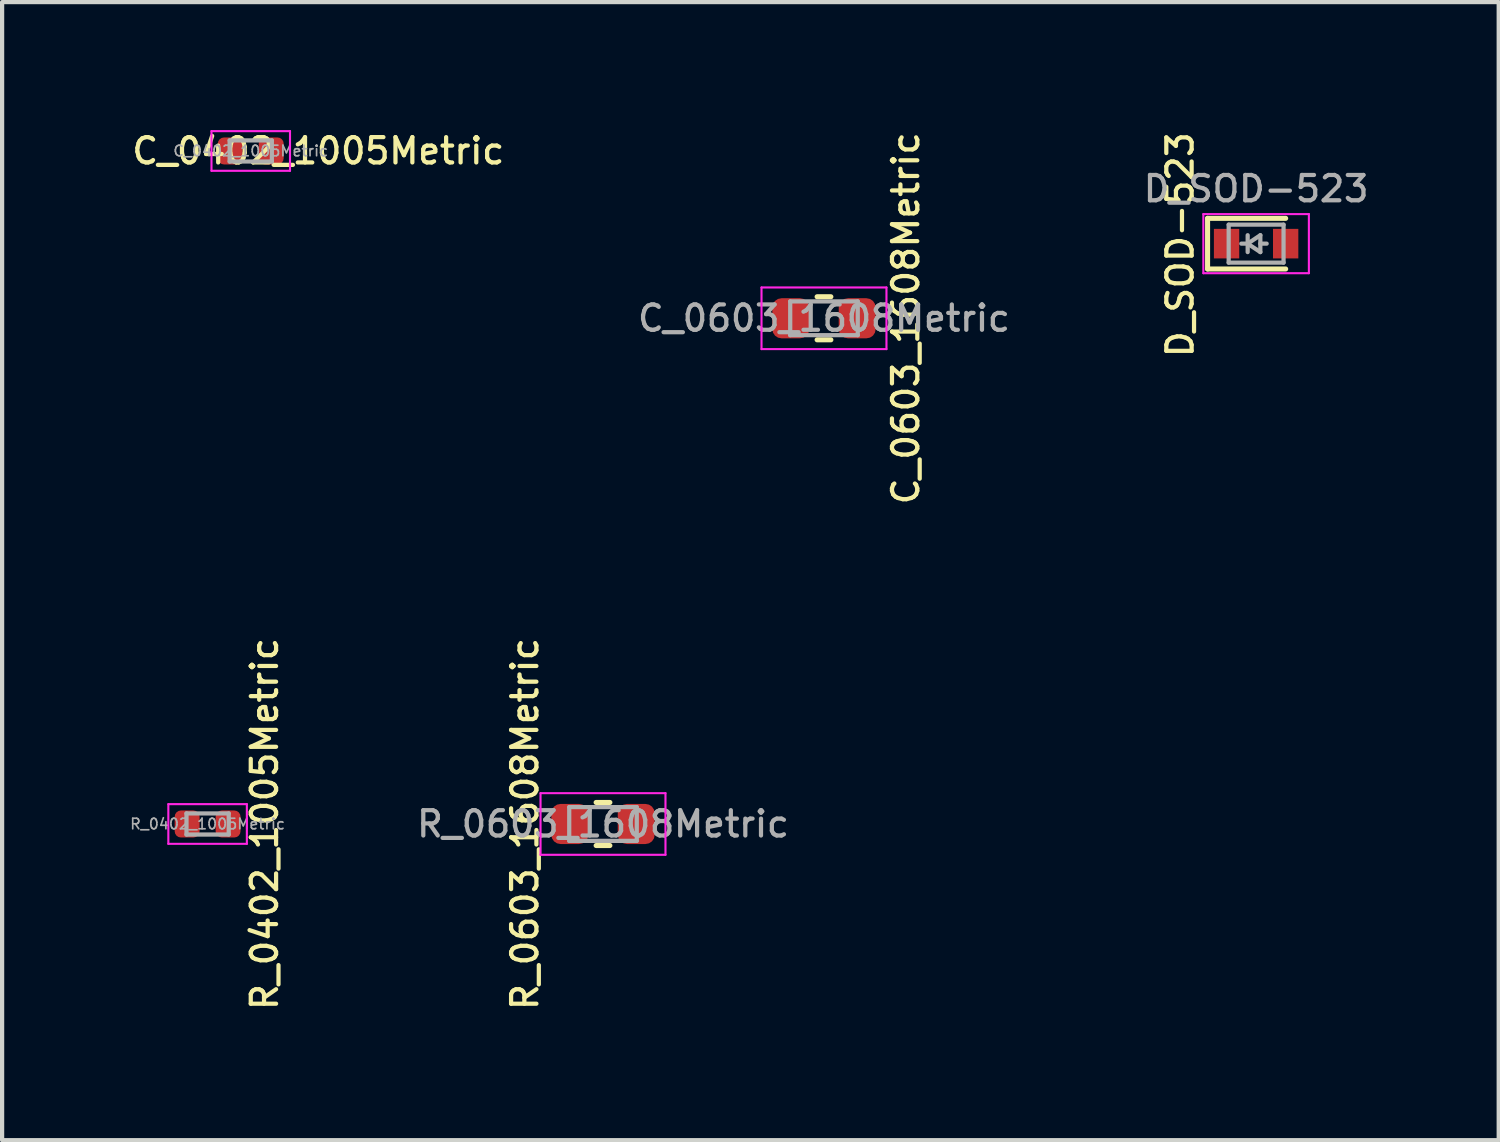
<source format=kicad_pcb>
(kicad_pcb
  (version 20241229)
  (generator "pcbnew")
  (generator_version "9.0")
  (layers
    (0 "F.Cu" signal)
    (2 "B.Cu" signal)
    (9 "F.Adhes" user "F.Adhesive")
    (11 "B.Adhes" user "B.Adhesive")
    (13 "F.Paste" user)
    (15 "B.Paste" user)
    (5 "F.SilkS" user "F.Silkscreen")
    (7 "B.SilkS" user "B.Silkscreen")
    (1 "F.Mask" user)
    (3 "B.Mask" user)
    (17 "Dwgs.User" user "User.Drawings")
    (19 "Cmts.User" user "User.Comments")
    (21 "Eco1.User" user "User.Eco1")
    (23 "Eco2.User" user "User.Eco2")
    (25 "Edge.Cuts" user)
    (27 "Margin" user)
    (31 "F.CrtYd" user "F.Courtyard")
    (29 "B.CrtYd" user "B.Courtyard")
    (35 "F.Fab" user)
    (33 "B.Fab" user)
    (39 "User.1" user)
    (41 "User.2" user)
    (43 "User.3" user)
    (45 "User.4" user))
  (footprint "C_0402_1005Metric"
    (layer "F.Cu")
    (at 2.89 0.526)
    (property "Reference" "C_0402_1005Metric" (at 1.6 0 180) (layer "F.SilkS") (effects (font (size 0.6 0.6) (thickness 0.1))))
    (attr smd)
    (fp_line (start -0.93 -0.47) (end 0.93 -0.47) (stroke (width 0.05) (type solid)) (layer "F.CrtYd"))
    (fp_line (start -0.93 0.47) (end -0.93 -0.47) (stroke (width 0.05) (type solid)) (layer "F.CrtYd"))
    (fp_line (start 0.93 -0.47) (end 0.93 0.47) (stroke (width 0.05) (type solid)) (layer "F.CrtYd"))
    (fp_line (start 0.93 0.47) (end -0.93 0.47) (stroke (width 0.05) (type solid)) (layer "F.CrtYd"))
    (fp_line (start -0.5 -0.25) (end 0.5 -0.25) (stroke (width 0.1) (type solid)) (layer "F.Fab"))
    (fp_line (start -0.5 0.25) (end -0.5 -0.25) (stroke (width 0.1) (type solid)) (layer "F.Fab"))
    (fp_line (start 0.5 -0.25) (end 0.5 0.25) (stroke (width 0.1) (type solid)) (layer "F.Fab"))
    (fp_line (start 0.5 0.25) (end -0.5 0.25) (stroke (width 0.1) (type solid)) (layer "F.Fab"))
    (fp_text user "${REFERENCE}" (at 0 0 0) (layer "F.Fab") (effects (font (size 0.25 0.25) (thickness 0.04))))
    (pad "1" smd roundrect (at -0.485 0) (size 0.59 0.64) (layers "F.Cu" "F.Mask" "F.Paste") (roundrect_rratio 0.25))
    (pad "2" smd roundrect (at 0.485 0) (size 0.59 0.64) (layers "F.Cu" "F.Mask" "F.Paste") (roundrect_rratio 0.25)))
  (footprint "R_0402_1005Metric"
    (layer "F.Cu")
    (at 1.868 16.47)
    (property "Reference" "R_0402_1005Metric" (at 1.35 0 270) (layer "F.SilkS") (effects (font (size 0.6 0.6) (thickness 0.1))))
    (attr smd)
    (fp_line (start -0.93 -0.47) (end 0.93 -0.47) (stroke (width 0.05) (type solid)) (layer "F.CrtYd"))
    (fp_line (start -0.93 0.47) (end -0.93 -0.47) (stroke (width 0.05) (type solid)) (layer "F.CrtYd"))
    (fp_line (start 0.93 -0.47) (end 0.93 0.47) (stroke (width 0.05) (type solid)) (layer "F.CrtYd"))
    (fp_line (start 0.93 0.47) (end -0.93 0.47) (stroke (width 0.05) (type solid)) (layer "F.CrtYd"))
    (fp_line (start -0.5 -0.25) (end 0.5 -0.25) (stroke (width 0.1) (type solid)) (layer "F.Fab"))
    (fp_line (start -0.5 0.25) (end -0.5 -0.25) (stroke (width 0.1) (type solid)) (layer "F.Fab"))
    (fp_line (start 0.5 -0.25) (end 0.5 0.25) (stroke (width 0.1) (type solid)) (layer "F.Fab"))
    (fp_line (start 0.5 0.25) (end -0.5 0.25) (stroke (width 0.1) (type solid)) (layer "F.Fab"))
    (fp_text user "${REFERENCE}" (at 0 0 0) (layer "F.Fab") (effects (font (size 0.25 0.25) (thickness 0.04))))
    (pad "1" smd roundrect (at -0.485 0) (size 0.59 0.64) (layers "F.Cu" "F.Mask" "F.Paste") (roundrect_rratio 0.25))
    (pad "2" smd roundrect (at 0.485 0) (size 0.59 0.64) (layers "F.Cu" "F.Mask" "F.Paste") (roundrect_rratio 0.25)))
  (footprint "C_0603_1608Metric"
    (layer "F.Cu")
    (at 16.47 4.49)
    (property "Reference" "C_0603_1608Metric" (at 1.938 0 270) (layer "F.SilkS") (effects (font (size 0.6 0.6) (thickness 0.1))))
    (attr smd)
    (fp_line (start -0.163 -0.51) (end 0.163 -0.51) (stroke (width 0.12) (type solid)) (layer "F.SilkS"))
    (fp_line (start -0.163 0.51) (end 0.163 0.51) (stroke (width 0.12) (type solid)) (layer "F.SilkS"))
    (fp_line (start -1.48 -0.73) (end 1.48 -0.73) (stroke (width 0.05) (type solid)) (layer "F.CrtYd"))
    (fp_line (start -1.48 0.73) (end -1.48 -0.73) (stroke (width 0.05) (type solid)) (layer "F.CrtYd"))
    (fp_line (start 1.48 -0.73) (end 1.48 0.73) (stroke (width 0.05) (type solid)) (layer "F.CrtYd"))
    (fp_line (start 1.48 0.73) (end -1.48 0.73) (stroke (width 0.05) (type solid)) (layer "F.CrtYd"))
    (fp_line (start -0.8 -0.4) (end 0.8 -0.4) (stroke (width 0.1) (type solid)) (layer "F.Fab"))
    (fp_line (start -0.8 0.4) (end -0.8 -0.4) (stroke (width 0.1) (type solid)) (layer "F.Fab"))
    (fp_line (start 0.8 -0.4) (end 0.8 0.4) (stroke (width 0.1) (type solid)) (layer "F.Fab"))
    (fp_line (start 0.8 0.4) (end -0.8 0.4) (stroke (width 0.1) (type solid)) (layer "F.Fab"))
    (fp_text user "${REFERENCE}" (at 0 0 180) (layer "F.Fab") (effects (font (size 0.6 0.6) (thickness 0.1))))
    (pad "1" smd roundrect (at -0.787 0) (size 0.875 0.95) (layers "F.Cu" "F.Mask" "F.Paste") (roundrect_rratio 0.25))
    (pad "2" smd roundrect (at 0.787 0) (size 0.875 0.95) (layers "F.Cu" "F.Mask" "F.Paste") (roundrect_rratio 0.25)))
  (footprint "D_SOD-523"
    (layer "F.Cu")
    (at 26.707 2.722)
    (property "Reference" "D_SOD-523" (at -1.8 0.025 90) (layer "F.SilkS") (effects (font (size 0.6 0.6) (thickness 0.1))))
    (attr smd)
    (fp_line (start -1.15 -0.6) (end -1.15 0.6) (stroke (width 0.12) (type solid)) (layer "F.SilkS"))
    (fp_line (start 0.7 -0.6) (end -1.15 -0.6) (stroke (width 0.12) (type solid)) (layer "F.SilkS"))
    (fp_line (start 0.7 0.6) (end -1.15 0.6) (stroke (width 0.12) (type solid)) (layer "F.SilkS"))
    (fp_line (start -1.25 -0.7) (end 1.25 -0.7) (stroke (width 0.05) (type solid)) (layer "F.CrtYd"))
    (fp_line (start -1.25 0.7) (end -1.25 -0.7) (stroke (width 0.05) (type solid)) (layer "F.CrtYd"))
    (fp_line (start 1.25 -0.7) (end 1.25 0.7) (stroke (width 0.05) (type solid)) (layer "F.CrtYd"))
    (fp_line (start 1.25 0.7) (end -1.25 0.7) (stroke (width 0.05) (type solid)) (layer "F.CrtYd"))
    (fp_line (start -0.65 -0.45) (end 0.65 -0.45) (stroke (width 0.1) (type solid)) (layer "F.Fab"))
    (fp_line (start -0.65 0.45) (end -0.65 -0.45) (stroke (width 0.1) (type solid)) (layer "F.Fab"))
    (fp_line (start -0.2 0) (end -0.35 0) (stroke (width 0.1) (type solid)) (layer "F.Fab"))
    (fp_line (start -0.2 0) (end 0.1 0.2) (stroke (width 0.1) (type solid)) (layer "F.Fab"))
    (fp_line (start -0.2 0.2) (end -0.2 -0.2) (stroke (width 0.1) (type solid)) (layer "F.Fab"))
    (fp_line (start 0.1 -0.2) (end -0.2 0) (stroke (width 0.1) (type solid)) (layer "F.Fab"))
    (fp_line (start 0.1 0) (end 0.25 0) (stroke (width 0.1) (type solid)) (layer "F.Fab"))
    (fp_line (start 0.1 0.2) (end 0.1 -0.2) (stroke (width 0.1) (type solid)) (layer "F.Fab"))
    (fp_line (start 0.65 -0.45) (end 0.65 0.45) (stroke (width 0.1) (type solid)) (layer "F.Fab"))
    (fp_line (start 0.65 0.45) (end -0.65 0.45) (stroke (width 0.1) (type solid)) (layer "F.Fab"))
    (fp_text user "${REFERENCE}" (at 0 -1.3 180) (layer "F.Fab") (effects (font (size 0.6 0.6) (thickness 0.1))))
    (pad "1" smd rect (at -0.7 0 180) (size 0.6 0.7) (layers "F.Cu" "F.Mask" "F.Paste"))
    (pad "2" smd rect (at 0.7 0 180) (size 0.6 0.7) (layers "F.Cu" "F.Mask" "F.Paste")))
  (footprint "R_0603_1608Metric"
    (layer "F.Cu")
    (at 11.235 16.47)
    (property "Reference" "R_0603_1608Metric" (at -1.85 0 90) (layer "F.SilkS") (effects (font (size 0.6 0.6) (thickness 0.1))))
    (attr smd)
    (fp_line (start -0.163 -0.51) (end 0.163 -0.51) (stroke (width 0.12) (type solid)) (layer "F.SilkS"))
    (fp_line (start -0.163 0.51) (end 0.163 0.51) (stroke (width 0.12) (type solid)) (layer "F.SilkS"))
    (fp_line (start -1.48 -0.73) (end 1.48 -0.73) (stroke (width 0.05) (type solid)) (layer "F.CrtYd"))
    (fp_line (start -1.48 0.73) (end -1.48 -0.73) (stroke (width 0.05) (type solid)) (layer "F.CrtYd"))
    (fp_line (start 1.48 -0.73) (end 1.48 0.73) (stroke (width 0.05) (type solid)) (layer "F.CrtYd"))
    (fp_line (start 1.48 0.73) (end -1.48 0.73) (stroke (width 0.05) (type solid)) (layer "F.CrtYd"))
    (fp_line (start -0.8 -0.4) (end 0.8 -0.4) (stroke (width 0.1) (type solid)) (layer "F.Fab"))
    (fp_line (start -0.8 0.4) (end -0.8 -0.4) (stroke (width 0.1) (type solid)) (layer "F.Fab"))
    (fp_line (start 0.8 -0.4) (end 0.8 0.4) (stroke (width 0.1) (type solid)) (layer "F.Fab"))
    (fp_line (start 0.8 0.4) (end -0.8 0.4) (stroke (width 0.1) (type solid)) (layer "F.Fab"))
    (fp_text user "${REFERENCE}" (at 0 0 0) (layer "F.Fab") (effects (font (size 0.6 0.6) (thickness 0.1))))
    (pad "1" smd roundrect (at -0.787 0) (size 0.875 0.95) (layers "F.Cu" "F.Mask" "F.Paste") (roundrect_rratio 0.25))
    (pad "2" smd roundrect (at 0.787 0) (size 0.875 0.95) (layers "F.Cu" "F.Mask" "F.Paste") (roundrect_rratio 0.25)))
  (gr_rect
    (start -3 -3)
    (end 32.454 23.96)
    (stroke (width 0.1) (type default))
    (fill no)
    (layer "Edge.Cuts")))
</source>
